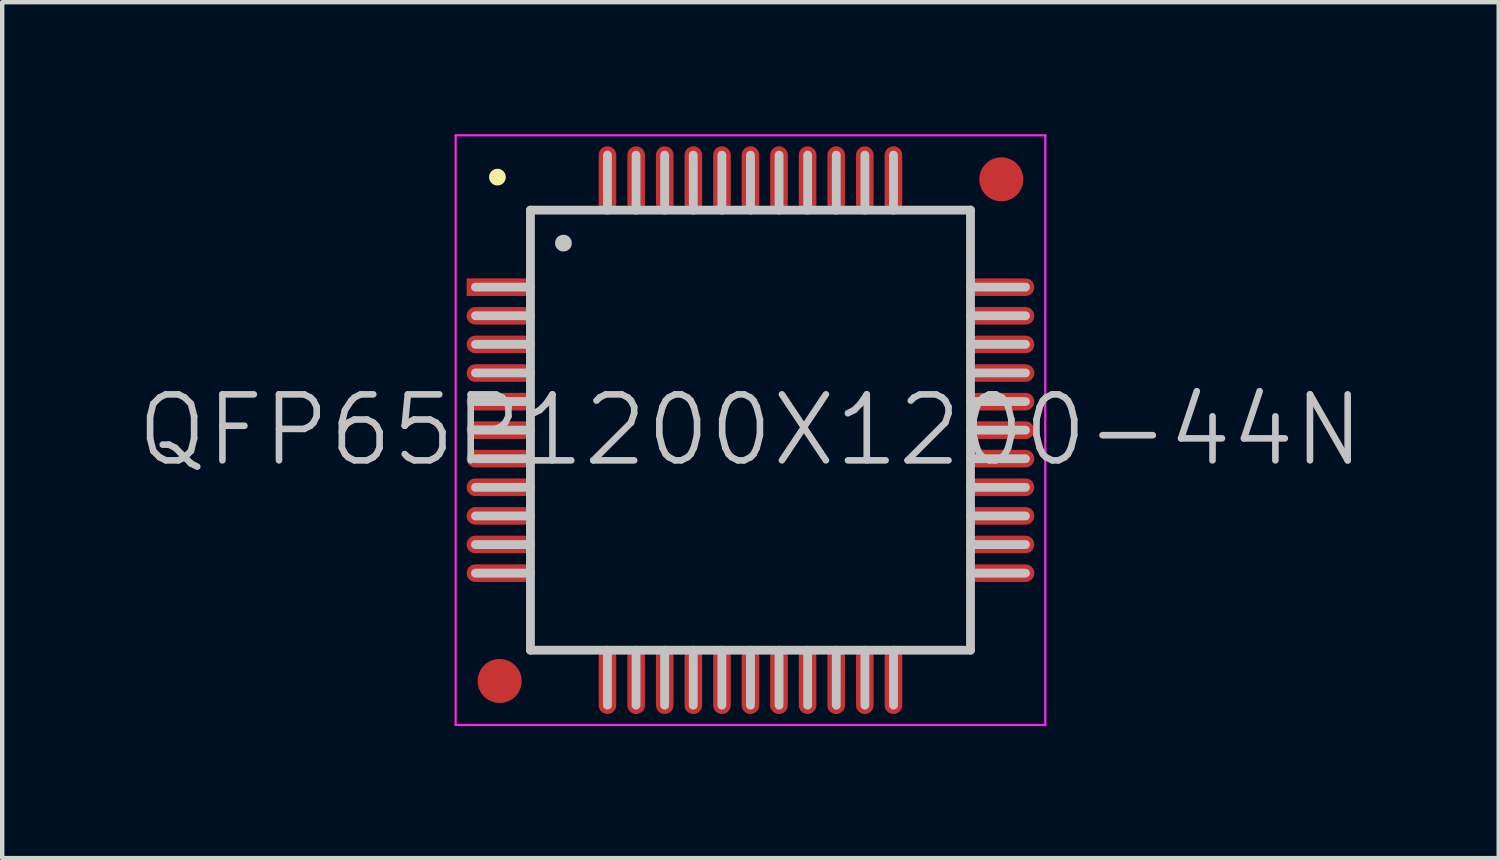
<source format=kicad_pcb>
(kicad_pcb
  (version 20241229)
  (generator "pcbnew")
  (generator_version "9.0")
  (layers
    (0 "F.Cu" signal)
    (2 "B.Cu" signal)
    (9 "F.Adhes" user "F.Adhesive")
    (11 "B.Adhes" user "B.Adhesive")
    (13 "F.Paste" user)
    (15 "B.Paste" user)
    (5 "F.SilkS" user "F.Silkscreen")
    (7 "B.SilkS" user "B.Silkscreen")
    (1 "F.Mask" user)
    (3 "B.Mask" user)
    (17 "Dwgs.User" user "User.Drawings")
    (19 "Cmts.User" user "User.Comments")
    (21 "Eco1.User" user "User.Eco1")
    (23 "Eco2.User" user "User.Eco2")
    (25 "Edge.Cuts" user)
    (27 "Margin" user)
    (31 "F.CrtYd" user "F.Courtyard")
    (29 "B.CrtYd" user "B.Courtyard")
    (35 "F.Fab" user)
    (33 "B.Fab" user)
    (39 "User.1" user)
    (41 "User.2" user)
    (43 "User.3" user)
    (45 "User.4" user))
  (footprint "QFP65P1200X1200-44N"
    (layer "F.Cu")
    (at 14.004 6.725)
    (property "Reference" "QFP65P1200X1200-44N" (at 0 0 0) (layer "Dwgs.User") (effects (font (size 1.5 1.5) (thickness 0.15))))
    (attr smd)
    (fp_line (start -5.75 -5.75) (end -5.75 -5.75) (stroke (width 0.381) (type solid)) (layer "F.SilkS"))
    (fp_line (start -5 -5) (end -5 5) (stroke (width 0.2) (type solid)) (layer "Dwgs.User"))
    (fp_line (start -5 -5) (end 5 -5) (stroke (width 0.2) (type solid)) (layer "Dwgs.User"))
    (fp_line (start -5 -3.25) (end -6.25 -3.25) (stroke (width 0.2) (type solid)) (layer "Dwgs.User"))
    (fp_line (start -5 -2.6) (end -6.25 -2.6) (stroke (width 0.2) (type solid)) (layer "Dwgs.User"))
    (fp_line (start -5 -1.95) (end -6.25 -1.95) (stroke (width 0.2) (type solid)) (layer "Dwgs.User"))
    (fp_line (start -5 -1.3) (end -6.25 -1.3) (stroke (width 0.2) (type solid)) (layer "Dwgs.User"))
    (fp_line (start -5 -0.65) (end -6.25 -0.65) (stroke (width 0.2) (type solid)) (layer "Dwgs.User"))
    (fp_line (start -5 0) (end -6.25 0) (stroke (width 0.2) (type solid)) (layer "Dwgs.User"))
    (fp_line (start -5 0.65) (end -6.25 0.65) (stroke (width 0.2) (type solid)) (layer "Dwgs.User"))
    (fp_line (start -5 1.3) (end -6.25 1.3) (stroke (width 0.2) (type solid)) (layer "Dwgs.User"))
    (fp_line (start -5 1.95) (end -6.25 1.95) (stroke (width 0.2) (type solid)) (layer "Dwgs.User"))
    (fp_line (start -5 2.6) (end -6.25 2.6) (stroke (width 0.2) (type solid)) (layer "Dwgs.User"))
    (fp_line (start -5 3.25) (end -6.25 3.25) (stroke (width 0.2) (type solid)) (layer "Dwgs.User"))
    (fp_line (start -5 5) (end 5 5) (stroke (width 0.2) (type solid)) (layer "Dwgs.User"))
    (fp_line (start -4.25 -4.25) (end -4.25 -4.25) (stroke (width 0.381) (type solid)) (layer "Dwgs.User"))
    (fp_line (start -3.25 -6.25) (end -3.25 -5) (stroke (width 0.2) (type solid)) (layer "Dwgs.User"))
    (fp_line (start -3.25 5) (end -3.25 6.25) (stroke (width 0.2) (type solid)) (layer "Dwgs.User"))
    (fp_line (start -2.6 -6.25) (end -2.6 -5) (stroke (width 0.2) (type solid)) (layer "Dwgs.User"))
    (fp_line (start -2.6 5) (end -2.6 6.25) (stroke (width 0.2) (type solid)) (layer "Dwgs.User"))
    (fp_line (start -1.95 -6.25) (end -1.95 -5) (stroke (width 0.2) (type solid)) (layer "Dwgs.User"))
    (fp_line (start -1.95 5) (end -1.95 6.25) (stroke (width 0.2) (type solid)) (layer "Dwgs.User"))
    (fp_line (start -1.3 -6.25) (end -1.3 -5) (stroke (width 0.2) (type solid)) (layer "Dwgs.User"))
    (fp_line (start -1.3 5) (end -1.3 6.25) (stroke (width 0.2) (type solid)) (layer "Dwgs.User"))
    (fp_line (start -0.65 -6.25) (end -0.65 -5) (stroke (width 0.2) (type solid)) (layer "Dwgs.User"))
    (fp_line (start -0.65 5) (end -0.65 6.25) (stroke (width 0.2) (type solid)) (layer "Dwgs.User"))
    (fp_line (start 0 -6.25) (end 0 -5) (stroke (width 0.2) (type solid)) (layer "Dwgs.User"))
    (fp_line (start 0 5) (end 0 6.25) (stroke (width 0.2) (type solid)) (layer "Dwgs.User"))
    (fp_line (start 0.65 -6.25) (end 0.65 -5) (stroke (width 0.2) (type solid)) (layer "Dwgs.User"))
    (fp_line (start 0.65 5) (end 0.65 6.25) (stroke (width 0.2) (type solid)) (layer "Dwgs.User"))
    (fp_line (start 1.3 -6.25) (end 1.3 -5) (stroke (width 0.2) (type solid)) (layer "Dwgs.User"))
    (fp_line (start 1.3 5) (end 1.3 6.25) (stroke (width 0.2) (type solid)) (layer "Dwgs.User"))
    (fp_line (start 1.95 -6.25) (end 1.95 -5) (stroke (width 0.2) (type solid)) (layer "Dwgs.User"))
    (fp_line (start 1.95 5) (end 1.95 6.25) (stroke (width 0.2) (type solid)) (layer "Dwgs.User"))
    (fp_line (start 2.6 -6.25) (end 2.6 -5) (stroke (width 0.2) (type solid)) (layer "Dwgs.User"))
    (fp_line (start 2.6 5) (end 2.6 6.25) (stroke (width 0.2) (type solid)) (layer "Dwgs.User"))
    (fp_line (start 3.25 -6.25) (end 3.25 -5) (stroke (width 0.2) (type solid)) (layer "Dwgs.User"))
    (fp_line (start 3.25 5) (end 3.25 6.25) (stroke (width 0.2) (type solid)) (layer "Dwgs.User"))
    (fp_line (start 5 -5) (end 5 5) (stroke (width 0.2) (type solid)) (layer "Dwgs.User"))
    (fp_line (start 6.25 -3.25) (end 5 -3.25) (stroke (width 0.2) (type solid)) (layer "Dwgs.User"))
    (fp_line (start 6.25 -2.6) (end 5 -2.6) (stroke (width 0.2) (type solid)) (layer "Dwgs.User"))
    (fp_line (start 6.25 -1.95) (end 5 -1.95) (stroke (width 0.2) (type solid)) (layer "Dwgs.User"))
    (fp_line (start 6.25 -1.3) (end 5 -1.3) (stroke (width 0.2) (type solid)) (layer "Dwgs.User"))
    (fp_line (start 6.25 -0.65) (end 5 -0.65) (stroke (width 0.2) (type solid)) (layer "Dwgs.User"))
    (fp_line (start 6.25 0) (end 5 0) (stroke (width 0.2) (type solid)) (layer "Dwgs.User"))
    (fp_line (start 6.25 0.65) (end 5 0.65) (stroke (width 0.2) (type solid)) (layer "Dwgs.User"))
    (fp_line (start 6.25 1.3) (end 5 1.3) (stroke (width 0.2) (type solid)) (layer "Dwgs.User"))
    (fp_line (start 6.25 1.95) (end 5 1.95) (stroke (width 0.2) (type solid)) (layer "Dwgs.User"))
    (fp_line (start 6.25 2.6) (end 5 2.6) (stroke (width 0.2) (type solid)) (layer "Dwgs.User"))
    (fp_line (start 6.25 3.25) (end 5 3.25) (stroke (width 0.2) (type solid)) (layer "Dwgs.User"))
    (fp_line (start -6.7 -6.7) (end -6.7 6.7) (stroke (width 0.05) (type solid)) (layer "F.CrtYd"))
    (fp_line (start -6.7 -6.7) (end 6.7 -6.7) (stroke (width 0.05) (type solid)) (layer "F.CrtYd"))
    (fp_line (start -6.7 6.7) (end 6.7 6.7) (stroke (width 0.05) (type solid)) (layer "F.CrtYd"))
    (fp_line (start 6.7 -6.7) (end 6.7 6.7) (stroke (width 0.05) (type solid)) (layer "F.CrtYd"))
    (pad "" smd circle (at -5.7 5.7) (size 1 1) (layers "F.Cu" "F.Mask"))
    (pad "" smd circle (at 5.7 -5.7) (size 1 1) (layers "F.Cu" "F.Mask"))
    (pad "1" smd rect (at -5.7 -3.249 90) (size 0.4 1.5) (layers "F.Cu" "F.Mask" "F.Paste"))
    (pad "2" smd oval (at -5.7 -2.598 90) (size 0.4 1.5) (layers "F.Cu" "F.Mask" "F.Paste"))
    (pad "3" smd oval (at -5.7 -1.948 90) (size 0.4 1.5) (layers "F.Cu" "F.Mask" "F.Paste"))
    (pad "4" smd oval (at -5.7 -1.298 90) (size 0.4 1.5) (layers "F.Cu" "F.Mask" "F.Paste"))
    (pad "5" smd oval (at -5.7 -0.648 90) (size 0.4 1.5) (layers "F.Cu" "F.Mask" "F.Paste"))
    (pad "6" smd oval (at -5.7 0 90) (size 0.4 1.5) (layers "F.Cu" "F.Mask" "F.Paste"))
    (pad "7" smd oval (at -5.7 0.648 90) (size 0.4 1.5) (layers "F.Cu" "F.Mask" "F.Paste"))
    (pad "8" smd oval (at -5.7 1.298 90) (size 0.4 1.5) (layers "F.Cu" "F.Mask" "F.Paste"))
    (pad "9" smd oval (at -5.7 1.948 90) (size 0.4 1.5) (layers "F.Cu" "F.Mask" "F.Paste"))
    (pad "10" smd oval (at -5.7 2.598 90) (size 0.4 1.5) (layers "F.Cu" "F.Mask" "F.Paste"))
    (pad "11" smd oval (at -5.7 3.249 90) (size 0.4 1.5) (layers "F.Cu" "F.Mask" "F.Paste"))
    (pad "12" smd oval (at -3.249 5.7 180) (size 0.4 1.5) (layers "F.Cu" "F.Mask" "F.Paste"))
    (pad "13" smd oval (at -2.598 5.7 180) (size 0.4 1.5) (layers "F.Cu" "F.Mask" "F.Paste"))
    (pad "14" smd oval (at -1.948 5.7 180) (size 0.4 1.5) (layers "F.Cu" "F.Mask" "F.Paste"))
    (pad "15" smd oval (at -1.298 5.7 180) (size 0.4 1.5) (layers "F.Cu" "F.Mask" "F.Paste"))
    (pad "16" smd oval (at -0.648 5.7 180) (size 0.4 1.5) (layers "F.Cu" "F.Mask" "F.Paste"))
    (pad "17" smd oval (at 0 5.7 180) (size 0.4 1.5) (layers "F.Cu" "F.Mask" "F.Paste"))
    (pad "18" smd oval (at 0.648 5.7 180) (size 0.4 1.5) (layers "F.Cu" "F.Mask" "F.Paste"))
    (pad "19" smd oval (at 1.298 5.7 180) (size 0.4 1.5) (layers "F.Cu" "F.Mask" "F.Paste"))
    (pad "20" smd oval (at 1.948 5.7 180) (size 0.4 1.5) (layers "F.Cu" "F.Mask" "F.Paste"))
    (pad "21" smd oval (at 2.598 5.7 180) (size 0.4 1.5) (layers "F.Cu" "F.Mask" "F.Paste"))
    (pad "22" smd oval (at 3.249 5.7 180) (size 0.4 1.5) (layers "F.Cu" "F.Mask" "F.Paste"))
    (pad "23" smd oval (at 5.7 3.249 270) (size 0.4 1.5) (layers "F.Cu" "F.Mask" "F.Paste"))
    (pad "24" smd oval (at 5.7 2.598 270) (size 0.4 1.5) (layers "F.Cu" "F.Mask" "F.Paste"))
    (pad "25" smd oval (at 5.7 1.948 270) (size 0.4 1.5) (layers "F.Cu" "F.Mask" "F.Paste"))
    (pad "26" smd oval (at 5.7 1.298 270) (size 0.4 1.5) (layers "F.Cu" "F.Mask" "F.Paste"))
    (pad "27" smd oval (at 5.7 0.648 270) (size 0.4 1.5) (layers "F.Cu" "F.Mask" "F.Paste"))
    (pad "28" smd oval (at 5.7 0 270) (size 0.4 1.5) (layers "F.Cu" "F.Mask" "F.Paste"))
    (pad "29" smd oval (at 5.7 -0.648 270) (size 0.4 1.5) (layers "F.Cu" "F.Mask" "F.Paste"))
    (pad "30" smd oval (at 5.7 -1.298 270) (size 0.4 1.5) (layers "F.Cu" "F.Mask" "F.Paste"))
    (pad "31" smd oval (at 5.7 -1.948 270) (size 0.4 1.5) (layers "F.Cu" "F.Mask" "F.Paste"))
    (pad "32" smd oval (at 5.7 -2.598 270) (size 0.4 1.5) (layers "F.Cu" "F.Mask" "F.Paste"))
    (pad "33" smd oval (at 5.7 -3.249 270) (size 0.4 1.5) (layers "F.Cu" "F.Mask" "F.Paste"))
    (pad "34" smd oval (at 3.249 -5.7) (size 0.4 1.5) (layers "F.Cu" "F.Mask" "F.Paste"))
    (pad "35" smd oval (at 2.598 -5.7) (size 0.4 1.5) (layers "F.Cu" "F.Mask" "F.Paste"))
    (pad "36" smd oval (at 1.948 -5.7) (size 0.4 1.5) (layers "F.Cu" "F.Mask" "F.Paste"))
    (pad "37" smd oval (at 1.298 -5.7) (size 0.4 1.5) (layers "F.Cu" "F.Mask" "F.Paste"))
    (pad "38" smd oval (at 0.648 -5.7) (size 0.4 1.5) (layers "F.Cu" "F.Mask" "F.Paste"))
    (pad "39" smd oval (at 0 -5.7) (size 0.4 1.5) (layers "F.Cu" "F.Mask" "F.Paste"))
    (pad "40" smd oval (at -0.648 -5.7) (size 0.4 1.5) (layers "F.Cu" "F.Mask" "F.Paste"))
    (pad "41" smd oval (at -1.298 -5.7) (size 0.4 1.5) (layers "F.Cu" "F.Mask" "F.Paste"))
    (pad "42" smd oval (at -1.948 -5.7) (size 0.4 1.5) (layers "F.Cu" "F.Mask" "F.Paste"))
    (pad "43" smd oval (at -2.598 -5.7) (size 0.4 1.5) (layers "F.Cu" "F.Mask" "F.Paste"))
    (pad "44" smd oval (at -3.249 -5.7) (size 0.4 1.5) (layers "F.Cu" "F.Mask" "F.Paste")))
  (gr_rect
    (start -3 -3)
    (end 31.007 16.45)
    (stroke (width 0.1) (type default))
    (fill no)
    (layer "Edge.Cuts")))
</source>
